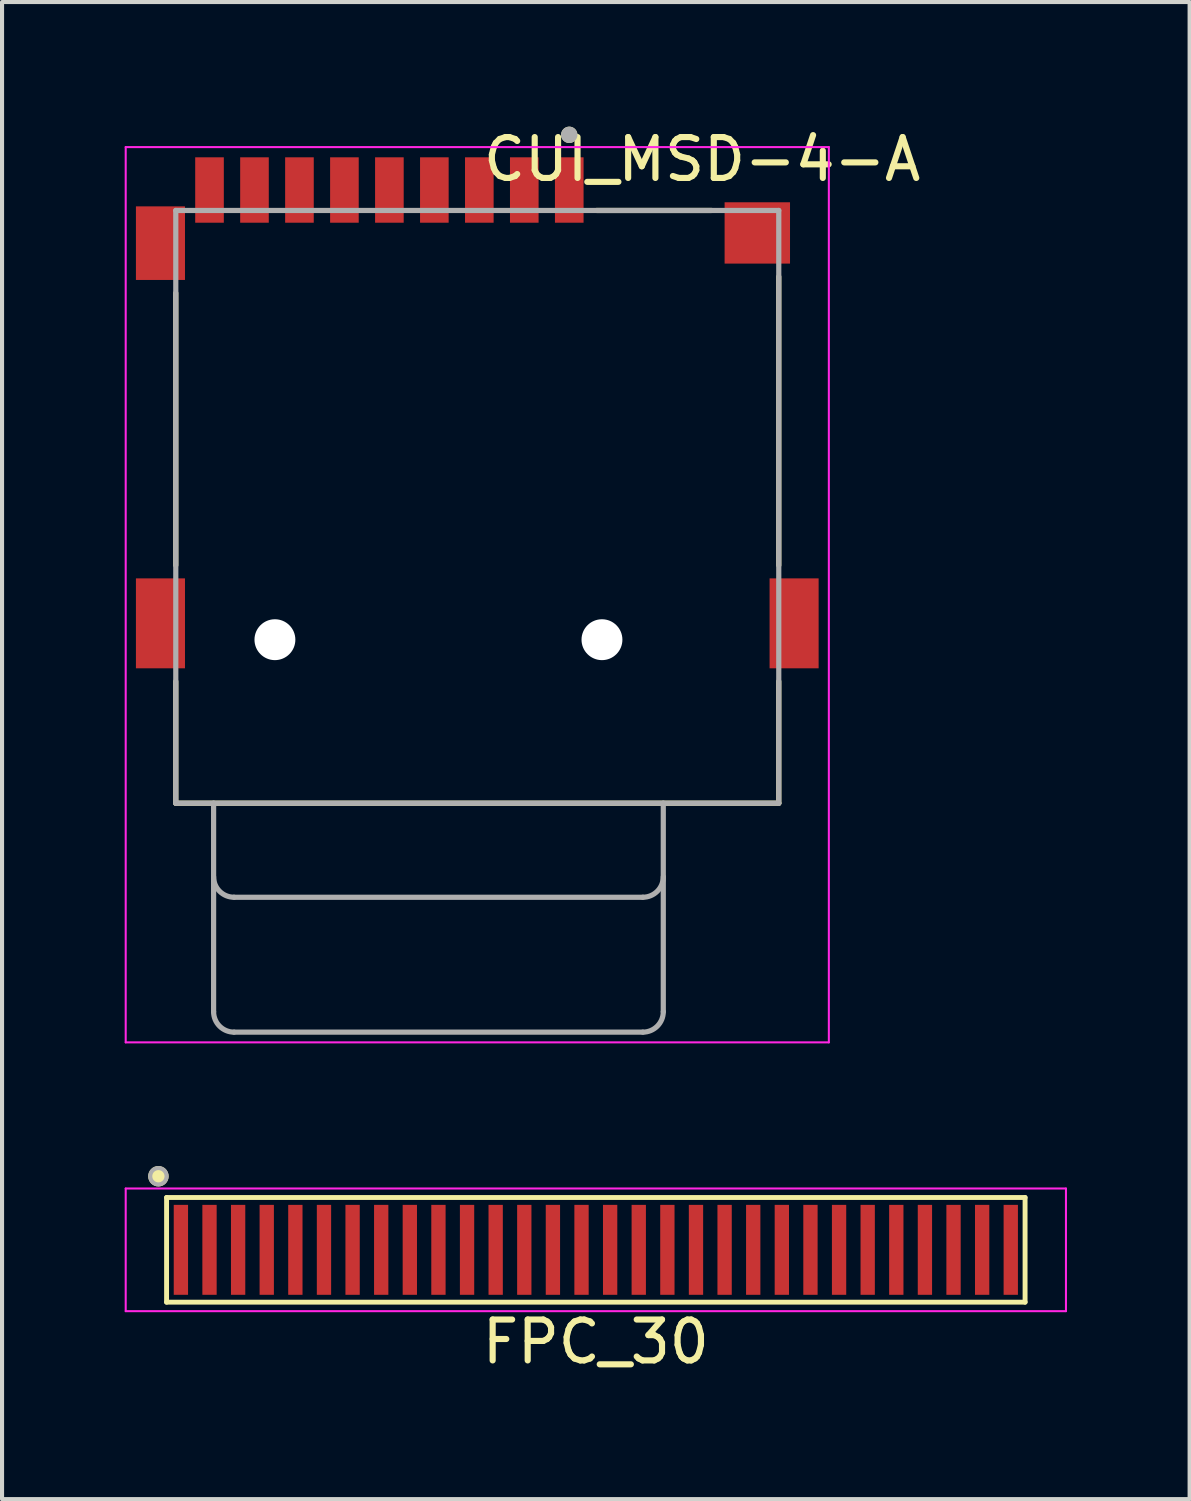
<source format=kicad_pcb>
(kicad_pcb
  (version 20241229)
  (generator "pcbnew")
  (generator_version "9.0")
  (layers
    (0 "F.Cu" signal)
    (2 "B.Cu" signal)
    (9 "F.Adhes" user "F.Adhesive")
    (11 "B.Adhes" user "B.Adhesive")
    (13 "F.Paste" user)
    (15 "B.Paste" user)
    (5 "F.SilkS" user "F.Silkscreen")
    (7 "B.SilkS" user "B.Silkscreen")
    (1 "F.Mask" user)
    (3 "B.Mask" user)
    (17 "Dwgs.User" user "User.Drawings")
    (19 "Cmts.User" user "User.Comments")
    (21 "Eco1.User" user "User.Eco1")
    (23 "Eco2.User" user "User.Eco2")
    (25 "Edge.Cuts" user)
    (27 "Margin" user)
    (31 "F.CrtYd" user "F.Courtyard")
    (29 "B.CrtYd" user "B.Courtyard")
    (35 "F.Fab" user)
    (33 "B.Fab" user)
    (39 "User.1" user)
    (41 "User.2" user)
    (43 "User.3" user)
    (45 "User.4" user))
  (footprint "CUI_MSD-4-A"
    (layer "F.Cu")
    (at 8.625 9.348)
    (property "Reference" "CUI_MSD-4-A" (at 5.5 -8.5 0) (layer "F.SilkS") (effects (font (size 1 1) (thickness 0.15))))
    (attr smd)
    (fp_line (start -7.375 -5.23) (end -7.375 1.43) (stroke (width 0.127) (type solid)) (layer "F.SilkS"))
    (fp_line (start -7.375 4.27) (end -7.375 7.25) (stroke (width 0.127) (type solid)) (layer "F.SilkS"))
    (fp_line (start -7.375 7.25) (end 7.375 7.25) (stroke (width 0.127) (type solid)) (layer "F.SilkS"))
    (fp_line (start 5.73 -7.25) (end 2.92 -7.25) (stroke (width 0.127) (type solid)) (layer "F.SilkS"))
    (fp_line (start 7.375 -5.63) (end 7.375 1.43) (stroke (width 0.127) (type solid)) (layer "F.SilkS"))
    (fp_line (start 7.375 4.27) (end 7.375 7.25) (stroke (width 0.127) (type solid)) (layer "F.SilkS"))
    (fp_circle (center 2.25 -9.1) (end 2.35 -9.1) (stroke (width 0.2) (type solid)) (fill no) (layer "F.SilkS"))
    (fp_line (start -8.6 -8.8) (end 8.6 -8.8) (stroke (width 0.05) (type solid)) (layer "F.CrtYd"))
    (fp_line (start -8.6 13.1) (end -8.6 -8.8) (stroke (width 0.05) (type solid)) (layer "F.CrtYd"))
    (fp_line (start 8.6 -8.8) (end 8.6 13.1) (stroke (width 0.05) (type solid)) (layer "F.CrtYd"))
    (fp_line (start 8.6 13.1) (end -8.6 13.1) (stroke (width 0.05) (type solid)) (layer "F.CrtYd"))
    (fp_line (start -7.375 -7.25) (end -7.375 7.25) (stroke (width 0.127) (type solid)) (layer "F.Fab"))
    (fp_line (start -7.375 7.25) (end -6.45 7.25) (stroke (width 0.127) (type solid)) (layer "F.Fab"))
    (fp_line (start -6.45 7.25) (end -6.45 12.35) (stroke (width 0.127) (type solid)) (layer "F.Fab"))
    (fp_line (start -6.45 7.25) (end 4.55 7.25) (stroke (width 0.127) (type solid)) (layer "F.Fab"))
    (fp_line (start -5.95 9.55) (end 4.05 9.55) (stroke (width 0.127) (type solid)) (layer "F.Fab"))
    (fp_line (start -5.95 12.85) (end 4.05 12.85) (stroke (width 0.127) (type solid)) (layer "F.Fab"))
    (fp_line (start 4.55 7.25) (end 7.375 7.25) (stroke (width 0.127) (type solid)) (layer "F.Fab"))
    (fp_line (start 4.55 12.35) (end 4.55 7.25) (stroke (width 0.127) (type solid)) (layer "F.Fab"))
    (fp_line (start 7.375 -7.25) (end -7.375 -7.25) (stroke (width 0.127) (type solid)) (layer "F.Fab"))
    (fp_line (start 7.375 7.25) (end 7.375 -7.25) (stroke (width 0.127) (type solid)) (layer "F.Fab"))
    (fp_arc (start -5.95 9.55) (mid -6.303553 9.403553) (end -6.45 9.05) (stroke (width 0.127) (type solid)) (layer "F.Fab"))
    (fp_arc (start -5.95 12.85) (mid -6.303553 12.703553) (end -6.45 12.35) (stroke (width 0.127) (type solid)) (layer "F.Fab"))
    (fp_arc (start 4.55 9.05) (mid 4.403553 9.403553) (end 4.05 9.55) (stroke (width 0.127) (type solid)) (layer "F.Fab"))
    (fp_arc (start 4.55 12.35) (mid 4.403553 12.703553) (end 4.05 12.85) (stroke (width 0.127) (type solid)) (layer "F.Fab"))
    (fp_circle (center 2.25 -9.1) (end 2.35 -9.1) (stroke (width 0.2) (type solid)) (fill no) (layer "F.Fab"))
    (pad "" np_thru_hole circle (at -4.95 3.25) (size 1 1) (drill 1) (layers "*.Cu" "*.Mask"))
    (pad "" np_thru_hole circle (at 3.05 3.25) (size 1 1) (drill 1) (layers "*.Cu" "*.Mask"))
    (pad "1" smd rect (at 2.25 -7.75) (size 0.7 1.6) (layers "F.Cu" "F.Mask" "F.Paste"))
    (pad "2" smd rect (at 1.15 -7.75) (size 0.7 1.6) (layers "F.Cu" "F.Mask" "F.Paste"))
    (pad "3" smd rect (at 0.05 -7.75) (size 0.7 1.6) (layers "F.Cu" "F.Mask" "F.Paste"))
    (pad "4" smd rect (at -1.05 -7.75) (size 0.7 1.6) (layers "F.Cu" "F.Mask" "F.Paste"))
    (pad "5" smd rect (at -2.15 -7.75) (size 0.7 1.6) (layers "F.Cu" "F.Mask" "F.Paste"))
    (pad "6" smd rect (at -3.25 -7.75) (size 0.7 1.6) (layers "F.Cu" "F.Mask" "F.Paste"))
    (pad "7" smd rect (at -4.35 -7.75) (size 0.7 1.6) (layers "F.Cu" "F.Mask" "F.Paste"))
    (pad "8" smd rect (at -5.45 -7.75) (size 0.7 1.6) (layers "F.Cu" "F.Mask" "F.Paste"))
    (pad "CD" smd rect (at -6.55 -7.75) (size 0.7 1.6) (layers "F.Cu" "F.Mask" "F.Paste"))
    (pad "G1" smd rect (at -7.75 -6.45) (size 1.2 1.8) (layers "F.Cu" "F.Mask" "F.Paste"))
    (pad "G2" smd rect (at 6.85 -6.7) (size 1.6 1.5) (layers "F.Cu" "F.Mask" "F.Paste"))
    (pad "G3" smd rect (at -7.75 2.85) (size 1.2 2.2) (layers "F.Cu" "F.Mask" "F.Paste"))
    (pad "G4" smd rect (at 7.75 2.85) (size 1.2 2.2) (layers "F.Cu" "F.Mask" "F.Paste")))
  (footprint "FPC_30"
    (layer "F.Cu")
    (at 11.525 27.523)
    (property "Reference" "FPC_30" (at 0 2.25 0) (layer "F.SilkS") (effects (font (size 1 1) (thickness 0.15))))
    (attr smd)
    (fp_line (start -10.5 -1.28) (end 10.5 -1.28) (stroke (width 0.12) (type default)) (layer "F.SilkS"))
    (fp_line (start -10.5 1.28) (end -10.5 -1.28) (stroke (width 0.12) (type default)) (layer "F.SilkS"))
    (fp_line (start -10.5 1.28) (end 10.5 1.28) (stroke (width 0.12) (type default)) (layer "F.SilkS"))
    (fp_line (start 10.5 1.28) (end 10.5 -1.28) (stroke (width 0.12) (type default)) (layer "F.SilkS"))
    (fp_circle (center -10.7 -1.8) (end -10.5 -1.8) (stroke (width 0.1) (type solid)) (fill yes) (layer "F.SilkS"))
    (fp_line (start -11.5 -1.5) (end -11.5 1.5) (stroke (width 0.05) (type default)) (layer "F.CrtYd"))
    (fp_line (start -11.5 -1.5) (end 11.5 -1.5) (stroke (width 0.05) (type default)) (layer "F.CrtYd"))
    (fp_line (start -11.5 1.5) (end 11.5 1.5) (stroke (width 0.05) (type default)) (layer "F.CrtYd"))
    (fp_line (start 11.5 -1.5) (end 11.5 1.5) (stroke (width 0.05) (type default)) (layer "F.CrtYd"))
    (fp_circle (center -10.7 -1.8) (end -10.5 -1.8) (stroke (width 0.1) (type solid)) (fill no) (layer "F.Fab"))
    (pad "1" smd rect (at -10.15 0) (size 0.35 2.2) (layers "F.Cu" "F.Mask" "F.Paste"))
    (pad "2" smd rect (at -9.45 0) (size 0.35 2.2) (layers "F.Cu" "F.Mask" "F.Paste"))
    (pad "3" smd rect (at -8.75 0) (size 0.35 2.2) (layers "F.Cu" "F.Mask" "F.Paste"))
    (pad "4" smd rect (at -8.05 0) (size 0.35 2.2) (layers "F.Cu" "F.Mask" "F.Paste"))
    (pad "5" smd rect (at -7.35 0) (size 0.35 2.2) (layers "F.Cu" "F.Mask" "F.Paste"))
    (pad "6" smd rect (at -6.65 0) (size 0.35 2.2) (layers "F.Cu" "F.Mask" "F.Paste"))
    (pad "7" smd rect (at -5.95 0) (size 0.35 2.2) (layers "F.Cu" "F.Mask" "F.Paste"))
    (pad "8" smd rect (at -5.25 0) (size 0.35 2.2) (layers "F.Cu" "F.Mask" "F.Paste"))
    (pad "9" smd rect (at -4.55 0) (size 0.35 2.2) (layers "F.Cu" "F.Mask" "F.Paste"))
    (pad "10" smd rect (at -3.85 0) (size 0.35 2.2) (layers "F.Cu" "F.Mask" "F.Paste"))
    (pad "11" smd rect (at -3.15 0) (size 0.35 2.2) (layers "F.Cu" "F.Mask" "F.Paste"))
    (pad "12" smd rect (at -2.45 0) (size 0.35 2.2) (layers "F.Cu" "F.Mask" "F.Paste"))
    (pad "13" smd rect (at -1.75 0) (size 0.35 2.2) (layers "F.Cu" "F.Mask" "F.Paste"))
    (pad "14" smd rect (at -1.05 0) (size 0.35 2.2) (layers "F.Cu" "F.Mask" "F.Paste"))
    (pad "15" smd rect (at -0.35 0) (size 0.35 2.2) (layers "F.Cu" "F.Mask" "F.Paste"))
    (pad "16" smd rect (at 0.35 0) (size 0.35 2.2) (layers "F.Cu" "F.Mask" "F.Paste"))
    (pad "17" smd rect (at 1.05 0) (size 0.35 2.2) (layers "F.Cu" "F.Mask" "F.Paste"))
    (pad "18" smd rect (at 1.75 0) (size 0.35 2.2) (layers "F.Cu" "F.Mask" "F.Paste"))
    (pad "19" smd rect (at 2.45 0) (size 0.35 2.2) (layers "F.Cu" "F.Mask" "F.Paste"))
    (pad "20" smd rect (at 3.15 0) (size 0.35 2.2) (layers "F.Cu" "F.Mask" "F.Paste"))
    (pad "21" smd rect (at 3.85 0) (size 0.35 2.2) (layers "F.Cu" "F.Mask" "F.Paste"))
    (pad "22" smd rect (at 4.55 0) (size 0.35 2.2) (layers "F.Cu" "F.Mask" "F.Paste"))
    (pad "23" smd rect (at 5.25 0) (size 0.35 2.2) (layers "F.Cu" "F.Mask" "F.Paste"))
    (pad "24" smd rect (at 5.95 0) (size 0.35 2.2) (layers "F.Cu" "F.Mask" "F.Paste"))
    (pad "25" smd rect (at 6.65 0) (size 0.35 2.2) (layers "F.Cu" "F.Mask" "F.Paste"))
    (pad "26" smd rect (at 7.35 0) (size 0.35 2.2) (layers "F.Cu" "F.Mask" "F.Paste"))
    (pad "27" smd rect (at 8.05 0) (size 0.35 2.2) (layers "F.Cu" "F.Mask" "F.Paste"))
    (pad "28" smd rect (at 8.75 0) (size 0.35 2.2) (layers "F.Cu" "F.Mask" "F.Paste"))
    (pad "29" smd rect (at 9.45 0) (size 0.35 2.2) (layers "F.Cu" "F.Mask" "F.Paste"))
    (pad "30" smd rect (at 10.15 0) (size 0.35 2.2) (layers "F.Cu" "F.Mask" "F.Paste")))
  (gr_rect
    (start -3 -3)
    (end 26.05 33.621)
    (stroke (width 0.1) (type default))
    (fill no)
    (layer "Edge.Cuts")))
</source>
